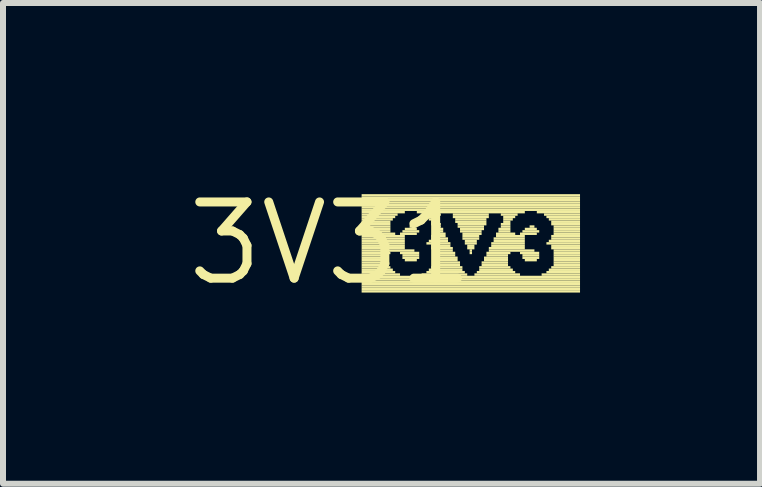
<source format=kicad_pcb>
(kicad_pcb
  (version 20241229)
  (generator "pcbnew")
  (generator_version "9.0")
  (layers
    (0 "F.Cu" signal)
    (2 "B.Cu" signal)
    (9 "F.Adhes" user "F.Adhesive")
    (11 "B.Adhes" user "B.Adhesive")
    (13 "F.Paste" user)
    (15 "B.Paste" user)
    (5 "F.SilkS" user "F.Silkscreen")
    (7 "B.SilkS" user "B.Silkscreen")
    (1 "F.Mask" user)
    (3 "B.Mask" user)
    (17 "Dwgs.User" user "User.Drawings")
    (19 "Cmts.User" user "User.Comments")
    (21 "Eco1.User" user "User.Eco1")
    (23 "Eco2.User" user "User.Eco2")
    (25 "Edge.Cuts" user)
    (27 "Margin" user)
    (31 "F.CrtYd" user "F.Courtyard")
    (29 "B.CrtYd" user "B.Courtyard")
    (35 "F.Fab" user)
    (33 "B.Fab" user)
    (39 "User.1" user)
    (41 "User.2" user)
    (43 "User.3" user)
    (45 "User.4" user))
  (footprint "3V31"
    (layer "F.Cu")
    (at 2.457 1.006)
    (property "Reference" "3V31" (at 0 0 0) (layer "F.SilkS") (effects (font (size 1.27 1.27) (thickness 0.15))))
    (fp_poly (pts (xy 0.52 -0.78) (xy 4.16 -0.78) (xy 4.16 -0.82) (xy 0.52 -0.82)) (stroke (width 0) (type default)) (fill yes) (layer "F.SilkS"))
    (fp_poly (pts (xy 0.52 -0.74) (xy 4.16 -0.74) (xy 4.16 -0.78) (xy 0.52 -0.78)) (stroke (width 0) (type default)) (fill yes) (layer "F.SilkS"))
    (fp_poly (pts (xy 0.52 -0.7) (xy 4.16 -0.7) (xy 4.16 -0.74) (xy 0.52 -0.74)) (stroke (width 0) (type default)) (fill yes) (layer "F.SilkS"))
    (fp_poly (pts (xy 0.52 -0.66) (xy 4.16 -0.66) (xy 4.16 -0.7) (xy 0.52 -0.7)) (stroke (width 0) (type default)) (fill yes) (layer "F.SilkS"))
    (fp_poly (pts (xy 0.52 -0.62) (xy 4.16 -0.62) (xy 4.16 -0.66) (xy 0.52 -0.66)) (stroke (width 0) (type default)) (fill yes) (layer "F.SilkS"))
    (fp_poly (pts (xy 0.52 -0.58) (xy 4.16 -0.58) (xy 4.16 -0.62) (xy 0.52 -0.62)) (stroke (width 0) (type default)) (fill yes) (layer "F.SilkS"))
    (fp_poly (pts (xy 0.52 -0.54) (xy 4.16 -0.54) (xy 4.16 -0.58) (xy 0.52 -0.58)) (stroke (width 0) (type default)) (fill yes) (layer "F.SilkS"))
    (fp_poly (pts (xy 0.52 -0.5) (xy 1.24 -0.5) (xy 1.24 -0.54) (xy 0.52 -0.54)) (stroke (width 0) (type default)) (fill yes) (layer "F.SilkS"))
    (fp_poly (pts (xy 0.52 -0.46) (xy 1.12 -0.46) (xy 1.12 -0.5) (xy 0.52 -0.5)) (stroke (width 0) (type default)) (fill yes) (layer "F.SilkS"))
    (fp_poly (pts (xy 0.52 -0.42) (xy 1.08 -0.42) (xy 1.08 -0.46) (xy 0.52 -0.46)) (stroke (width 0) (type default)) (fill yes) (layer "F.SilkS"))
    (fp_poly (pts (xy 0.52 -0.38) (xy 1.04 -0.38) (xy 1.04 -0.42) (xy 0.52 -0.42)) (stroke (width 0) (type default)) (fill yes) (layer "F.SilkS"))
    (fp_poly (pts (xy 0.52 -0.34) (xy 1 -0.34) (xy 1 -0.38) (xy 0.52 -0.38)) (stroke (width 0) (type default)) (fill yes) (layer "F.SilkS"))
    (fp_poly (pts (xy 0.52 -0.3) (xy 1 -0.3) (xy 1 -0.34) (xy 0.52 -0.34)) (stroke (width 0) (type default)) (fill yes) (layer "F.SilkS"))
    (fp_poly (pts (xy 0.52 -0.26) (xy 1 -0.26) (xy 1 -0.3) (xy 0.52 -0.3)) (stroke (width 0) (type default)) (fill yes) (layer "F.SilkS"))
    (fp_poly (pts (xy 0.52 -0.22) (xy 1 -0.22) (xy 1 -0.26) (xy 0.52 -0.26)) (stroke (width 0) (type default)) (fill yes) (layer "F.SilkS"))
    (fp_poly (pts (xy 0.52 -0.18) (xy 1 -0.18) (xy 1 -0.22) (xy 0.52 -0.22)) (stroke (width 0) (type default)) (fill yes) (layer "F.SilkS"))
    (fp_poly (pts (xy 0.52 -0.14) (xy 1.08 -0.14) (xy 1.08 -0.18) (xy 0.52 -0.18)) (stroke (width 0) (type default)) (fill yes) (layer "F.SilkS"))
    (fp_poly (pts (xy 0.52 -0.1) (xy 1.24 -0.1) (xy 1.24 -0.14) (xy 0.52 -0.14)) (stroke (width 0) (type default)) (fill yes) (layer "F.SilkS"))
    (fp_poly (pts (xy 0.52 -0.06) (xy 1.24 -0.06) (xy 1.24 -0.1) (xy 0.52 -0.1)) (stroke (width 0) (type default)) (fill yes) (layer "F.SilkS"))
    (fp_poly (pts (xy 0.52 -0.02) (xy 1.24 -0.02) (xy 1.24 -0.06) (xy 0.52 -0.06)) (stroke (width 0) (type default)) (fill yes) (layer "F.SilkS"))
    (fp_poly (pts (xy 0.52 0.02) (xy 1.24 0.02) (xy 1.24 -0.02) (xy 0.52 -0.02)) (stroke (width 0) (type default)) (fill yes) (layer "F.SilkS"))
    (fp_poly (pts (xy 0.52 0.06) (xy 1.24 0.06) (xy 1.24 0.02) (xy 0.52 0.02)) (stroke (width 0) (type default)) (fill yes) (layer "F.SilkS"))
    (fp_poly (pts (xy 0.52 0.1) (xy 1.24 0.1) (xy 1.24 0.06) (xy 0.52 0.06)) (stroke (width 0) (type default)) (fill yes) (layer "F.SilkS"))
    (fp_poly (pts (xy 0.52 0.14) (xy 1.4 0.14) (xy 1.4 0.1) (xy 0.52 0.1)) (stroke (width 0) (type default)) (fill yes) (layer "F.SilkS"))
    (fp_poly (pts (xy 0.52 0.18) (xy 1 0.18) (xy 1 0.14) (xy 0.52 0.14)) (stroke (width 0) (type default)) (fill yes) (layer "F.SilkS"))
    (fp_poly (pts (xy 0.52 0.22) (xy 0.96 0.22) (xy 0.96 0.18) (xy 0.52 0.18)) (stroke (width 0) (type default)) (fill yes) (layer "F.SilkS"))
    (fp_poly (pts (xy 0.52 0.26) (xy 0.96 0.26) (xy 0.96 0.22) (xy 0.52 0.22)) (stroke (width 0) (type default)) (fill yes) (layer "F.SilkS"))
    (fp_poly (pts (xy 0.52 0.3) (xy 0.96 0.3) (xy 0.96 0.26) (xy 0.52 0.26)) (stroke (width 0) (type default)) (fill yes) (layer "F.SilkS"))
    (fp_poly (pts (xy 0.52 0.34) (xy 0.96 0.34) (xy 0.96 0.3) (xy 0.52 0.3)) (stroke (width 0) (type default)) (fill yes) (layer "F.SilkS"))
    (fp_poly (pts (xy 0.52 0.38) (xy 0.96 0.38) (xy 0.96 0.34) (xy 0.52 0.34)) (stroke (width 0) (type default)) (fill yes) (layer "F.SilkS"))
    (fp_poly (pts (xy 0.52 0.42) (xy 1 0.42) (xy 1 0.38) (xy 0.52 0.38)) (stroke (width 0) (type default)) (fill yes) (layer "F.SilkS"))
    (fp_poly (pts (xy 0.52 0.46) (xy 1.04 0.46) (xy 1.04 0.42) (xy 0.52 0.42)) (stroke (width 0) (type default)) (fill yes) (layer "F.SilkS"))
    (fp_poly (pts (xy 0.52 0.5) (xy 1.08 0.5) (xy 1.08 0.46) (xy 0.52 0.46)) (stroke (width 0) (type default)) (fill yes) (layer "F.SilkS"))
    (fp_poly (pts (xy 0.52 0.54) (xy 1.16 0.54) (xy 1.16 0.5) (xy 0.52 0.5)) (stroke (width 0) (type default)) (fill yes) (layer "F.SilkS"))
    (fp_poly (pts (xy 0.52 0.58) (xy 4.16 0.58) (xy 4.16 0.54) (xy 0.52 0.54)) (stroke (width 0) (type default)) (fill yes) (layer "F.SilkS"))
    (fp_poly (pts (xy 0.52 0.62) (xy 4.16 0.62) (xy 4.16 0.58) (xy 0.52 0.58)) (stroke (width 0) (type default)) (fill yes) (layer "F.SilkS"))
    (fp_poly (pts (xy 0.52 0.66) (xy 4.16 0.66) (xy 4.16 0.62) (xy 0.52 0.62)) (stroke (width 0) (type default)) (fill yes) (layer "F.SilkS"))
    (fp_poly (pts (xy 0.52 0.7) (xy 4.16 0.7) (xy 4.16 0.66) (xy 0.52 0.66)) (stroke (width 0) (type default)) (fill yes) (layer "F.SilkS"))
    (fp_poly (pts (xy 0.52 0.74) (xy 4.16 0.74) (xy 4.16 0.7) (xy 0.52 0.7)) (stroke (width 0) (type default)) (fill yes) (layer "F.SilkS"))
    (fp_poly (pts (xy 0.52 0.78) (xy 4.16 0.78) (xy 4.16 0.74) (xy 0.52 0.74)) (stroke (width 0) (type default)) (fill yes) (layer "F.SilkS"))
    (fp_poly (pts (xy 0.52 0.82) (xy 4.16 0.82) (xy 4.16 0.78) (xy 0.52 0.78)) (stroke (width 0) (type default)) (fill yes) (layer "F.SilkS"))
    (fp_poly (pts (xy 1.16 -0.14) (xy 1.44 -0.14) (xy 1.44 -0.18) (xy 1.16 -0.18)) (stroke (width 0) (type default)) (fill yes) (layer "F.SilkS"))
    (fp_poly (pts (xy 1.16 0.18) (xy 1.48 0.18) (xy 1.48 0.14) (xy 1.16 0.14)) (stroke (width 0) (type default)) (fill yes) (layer "F.SilkS"))
    (fp_poly (pts (xy 1.2 -0.18) (xy 1.48 -0.18) (xy 1.48 -0.22) (xy 1.2 -0.22)) (stroke (width 0) (type default)) (fill yes) (layer "F.SilkS"))
    (fp_poly (pts (xy 1.2 0.22) (xy 1.48 0.22) (xy 1.48 0.18) (xy 1.2 0.18)) (stroke (width 0) (type default)) (fill yes) (layer "F.SilkS"))
    (fp_poly (pts (xy 1.2 0.26) (xy 1.48 0.26) (xy 1.48 0.22) (xy 1.2 0.22)) (stroke (width 0) (type default)) (fill yes) (layer "F.SilkS"))
    (fp_poly (pts (xy 1.24 -0.22) (xy 1.44 -0.22) (xy 1.44 -0.26) (xy 1.24 -0.26)) (stroke (width 0) (type default)) (fill yes) (layer "F.SilkS"))
    (fp_poly (pts (xy 1.24 0.3) (xy 1.44 0.3) (xy 1.44 0.26) (xy 1.24 0.26)) (stroke (width 0) (type default)) (fill yes) (layer "F.SilkS"))
    (fp_poly (pts (xy 1.32 -0.26) (xy 1.4 -0.26) (xy 1.4 -0.3) (xy 1.32 -0.3)) (stroke (width 0) (type default)) (fill yes) (layer "F.SilkS"))
    (fp_poly (pts (xy 1.44 -0.5) (xy 3.24 -0.5) (xy 3.24 -0.54) (xy 1.44 -0.54)) (stroke (width 0) (type default)) (fill yes) (layer "F.SilkS"))
    (fp_poly (pts (xy 1.52 0.54) (xy 2.28 0.54) (xy 2.28 0.5) (xy 1.52 0.5)) (stroke (width 0) (type default)) (fill yes) (layer "F.SilkS"))
    (fp_poly (pts (xy 1.56 -0.46) (xy 1.84 -0.46) (xy 1.84 -0.5) (xy 1.56 -0.5)) (stroke (width 0) (type default)) (fill yes) (layer "F.SilkS"))
    (fp_poly (pts (xy 1.6 -0.42) (xy 1.8 -0.42) (xy 1.8 -0.46) (xy 1.6 -0.46)) (stroke (width 0) (type default)) (fill yes) (layer "F.SilkS"))
    (fp_poly (pts (xy 1.6 0.02) (xy 2 0.02) (xy 2 -0.02) (xy 1.6 -0.02)) (stroke (width 0) (type default)) (fill yes) (layer "F.SilkS"))
    (fp_poly (pts (xy 1.6 0.5) (xy 2.24 0.5) (xy 2.24 0.46) (xy 1.6 0.46)) (stroke (width 0) (type default)) (fill yes) (layer "F.SilkS"))
    (fp_poly (pts (xy 1.64 -0.38) (xy 1.8 -0.38) (xy 1.8 -0.42) (xy 1.64 -0.42)) (stroke (width 0) (type default)) (fill yes) (layer "F.SilkS"))
    (fp_poly (pts (xy 1.64 -0.02) (xy 1.96 -0.02) (xy 1.96 -0.06) (xy 1.64 -0.06)) (stroke (width 0) (type default)) (fill yes) (layer "F.SilkS"))
    (fp_poly (pts (xy 1.64 0.46) (xy 2.2 0.46) (xy 2.2 0.42) (xy 1.64 0.42)) (stroke (width 0) (type default)) (fill yes) (layer "F.SilkS"))
    (fp_poly (pts (xy 1.68 -0.34) (xy 1.8 -0.34) (xy 1.8 -0.38) (xy 1.68 -0.38)) (stroke (width 0) (type default)) (fill yes) (layer "F.SilkS"))
    (fp_poly (pts (xy 1.68 -0.3) (xy 1.84 -0.3) (xy 1.84 -0.34) (xy 1.68 -0.34)) (stroke (width 0) (type default)) (fill yes) (layer "F.SilkS"))
    (fp_poly (pts (xy 1.68 -0.1) (xy 1.92 -0.1) (xy 1.92 -0.14) (xy 1.68 -0.14)) (stroke (width 0) (type default)) (fill yes) (layer "F.SilkS"))
    (fp_poly (pts (xy 1.68 -0.06) (xy 1.96 -0.06) (xy 1.96 -0.1) (xy 1.68 -0.1)) (stroke (width 0) (type default)) (fill yes) (layer "F.SilkS"))
    (fp_poly (pts (xy 1.68 0.06) (xy 2 0.06) (xy 2 0.02) (xy 1.68 0.02)) (stroke (width 0) (type default)) (fill yes) (layer "F.SilkS"))
    (fp_poly (pts (xy 1.68 0.1) (xy 2.04 0.1) (xy 2.04 0.06) (xy 1.68 0.06)) (stroke (width 0) (type default)) (fill yes) (layer "F.SilkS"))
    (fp_poly (pts (xy 1.68 0.42) (xy 2.2 0.42) (xy 2.2 0.38) (xy 1.68 0.38)) (stroke (width 0) (type default)) (fill yes) (layer "F.SilkS"))
    (fp_poly (pts (xy 1.72 -0.26) (xy 1.84 -0.26) (xy 1.84 -0.3) (xy 1.72 -0.3)) (stroke (width 0) (type default)) (fill yes) (layer "F.SilkS"))
    (fp_poly (pts (xy 1.72 -0.22) (xy 1.88 -0.22) (xy 1.88 -0.26) (xy 1.72 -0.26)) (stroke (width 0) (type default)) (fill yes) (layer "F.SilkS"))
    (fp_poly (pts (xy 1.72 -0.18) (xy 1.88 -0.18) (xy 1.88 -0.22) (xy 1.72 -0.22)) (stroke (width 0) (type default)) (fill yes) (layer "F.SilkS"))
    (fp_poly (pts (xy 1.72 -0.14) (xy 1.92 -0.14) (xy 1.92 -0.18) (xy 1.72 -0.18)) (stroke (width 0) (type default)) (fill yes) (layer "F.SilkS"))
    (fp_poly (pts (xy 1.72 0.14) (xy 2.04 0.14) (xy 2.04 0.1) (xy 1.72 0.1)) (stroke (width 0) (type default)) (fill yes) (layer "F.SilkS"))
    (fp_poly (pts (xy 1.72 0.18) (xy 2.08 0.18) (xy 2.08 0.14) (xy 1.72 0.14)) (stroke (width 0) (type default)) (fill yes) (layer "F.SilkS"))
    (fp_poly (pts (xy 1.72 0.22) (xy 2.08 0.22) (xy 2.08 0.18) (xy 1.72 0.18)) (stroke (width 0) (type default)) (fill yes) (layer "F.SilkS"))
    (fp_poly (pts (xy 1.72 0.26) (xy 2.12 0.26) (xy 2.12 0.22) (xy 1.72 0.22)) (stroke (width 0) (type default)) (fill yes) (layer "F.SilkS"))
    (fp_poly (pts (xy 1.72 0.3) (xy 2.12 0.3) (xy 2.12 0.26) (xy 1.72 0.26)) (stroke (width 0) (type default)) (fill yes) (layer "F.SilkS"))
    (fp_poly (pts (xy 1.72 0.34) (xy 2.16 0.34) (xy 2.16 0.3) (xy 1.72 0.3)) (stroke (width 0) (type default)) (fill yes) (layer "F.SilkS"))
    (fp_poly (pts (xy 1.72 0.38) (xy 2.16 0.38) (xy 2.16 0.34) (xy 1.72 0.34)) (stroke (width 0) (type default)) (fill yes) (layer "F.SilkS"))
    (fp_poly (pts (xy 2.04 -0.46) (xy 2.64 -0.46) (xy 2.64 -0.5) (xy 2.04 -0.5)) (stroke (width 0) (type default)) (fill yes) (layer "F.SilkS"))
    (fp_poly (pts (xy 2.04 -0.42) (xy 2.64 -0.42) (xy 2.64 -0.46) (xy 2.04 -0.46)) (stroke (width 0) (type default)) (fill yes) (layer "F.SilkS"))
    (fp_poly (pts (xy 2.08 -0.38) (xy 2.6 -0.38) (xy 2.6 -0.42) (xy 2.08 -0.42)) (stroke (width 0) (type default)) (fill yes) (layer "F.SilkS"))
    (fp_poly (pts (xy 2.08 -0.34) (xy 2.6 -0.34) (xy 2.6 -0.38) (xy 2.08 -0.38)) (stroke (width 0) (type default)) (fill yes) (layer "F.SilkS"))
    (fp_poly (pts (xy 2.12 -0.3) (xy 2.6 -0.3) (xy 2.6 -0.34) (xy 2.12 -0.34)) (stroke (width 0) (type default)) (fill yes) (layer "F.SilkS"))
    (fp_poly (pts (xy 2.12 -0.26) (xy 2.56 -0.26) (xy 2.56 -0.3) (xy 2.12 -0.3)) (stroke (width 0) (type default)) (fill yes) (layer "F.SilkS"))
    (fp_poly (pts (xy 2.16 -0.22) (xy 2.56 -0.22) (xy 2.56 -0.26) (xy 2.16 -0.26)) (stroke (width 0) (type default)) (fill yes) (layer "F.SilkS"))
    (fp_poly (pts (xy 2.16 -0.18) (xy 2.52 -0.18) (xy 2.52 -0.22) (xy 2.16 -0.22)) (stroke (width 0) (type default)) (fill yes) (layer "F.SilkS"))
    (fp_poly (pts (xy 2.2 -0.14) (xy 2.52 -0.14) (xy 2.52 -0.18) (xy 2.2 -0.18)) (stroke (width 0) (type default)) (fill yes) (layer "F.SilkS"))
    (fp_poly (pts (xy 2.2 -0.1) (xy 2.48 -0.1) (xy 2.48 -0.14) (xy 2.2 -0.14)) (stroke (width 0) (type default)) (fill yes) (layer "F.SilkS"))
    (fp_poly (pts (xy 2.2 -0.06) (xy 2.48 -0.06) (xy 2.48 -0.1) (xy 2.2 -0.1)) (stroke (width 0) (type default)) (fill yes) (layer "F.SilkS"))
    (fp_poly (pts (xy 2.24 -0.02) (xy 2.44 -0.02) (xy 2.44 -0.06) (xy 2.24 -0.06)) (stroke (width 0) (type default)) (fill yes) (layer "F.SilkS"))
    (fp_poly (pts (xy 2.24 0.02) (xy 2.44 0.02) (xy 2.44 -0.02) (xy 2.24 -0.02)) (stroke (width 0) (type default)) (fill yes) (layer "F.SilkS"))
    (fp_poly (pts (xy 2.28 0.06) (xy 2.4 0.06) (xy 2.4 0.02) (xy 2.28 0.02)) (stroke (width 0) (type default)) (fill yes) (layer "F.SilkS"))
    (fp_poly (pts (xy 2.28 0.1) (xy 2.4 0.1) (xy 2.4 0.06) (xy 2.28 0.06)) (stroke (width 0) (type default)) (fill yes) (layer "F.SilkS"))
    (fp_poly (pts (xy 2.32 0.14) (xy 2.36 0.14) (xy 2.36 0.1) (xy 2.32 0.1)) (stroke (width 0) (type default)) (fill yes) (layer "F.SilkS"))
    (fp_poly (pts (xy 2.32 0.18) (xy 2.36 0.18) (xy 2.36 0.14) (xy 2.32 0.14)) (stroke (width 0) (type default)) (fill yes) (layer "F.SilkS"))
    (fp_poly (pts (xy 2.4 0.54) (xy 3.16 0.54) (xy 3.16 0.5) (xy 2.4 0.5)) (stroke (width 0) (type default)) (fill yes) (layer "F.SilkS"))
    (fp_poly (pts (xy 2.44 0.5) (xy 3.08 0.5) (xy 3.08 0.46) (xy 2.44 0.46)) (stroke (width 0) (type default)) (fill yes) (layer "F.SilkS"))
    (fp_poly (pts (xy 2.48 0.42) (xy 3 0.42) (xy 3 0.38) (xy 2.48 0.38)) (stroke (width 0) (type default)) (fill yes) (layer "F.SilkS"))
    (fp_poly (pts (xy 2.48 0.46) (xy 3.04 0.46) (xy 3.04 0.42) (xy 2.48 0.42)) (stroke (width 0) (type default)) (fill yes) (layer "F.SilkS"))
    (fp_poly (pts (xy 2.52 0.34) (xy 2.96 0.34) (xy 2.96 0.3) (xy 2.52 0.3)) (stroke (width 0) (type default)) (fill yes) (layer "F.SilkS"))
    (fp_poly (pts (xy 2.52 0.38) (xy 2.96 0.38) (xy 2.96 0.34) (xy 2.52 0.34)) (stroke (width 0) (type default)) (fill yes) (layer "F.SilkS"))
    (fp_poly (pts (xy 2.56 0.26) (xy 2.96 0.26) (xy 2.96 0.22) (xy 2.56 0.22)) (stroke (width 0) (type default)) (fill yes) (layer "F.SilkS"))
    (fp_poly (pts (xy 2.56 0.3) (xy 2.96 0.3) (xy 2.96 0.26) (xy 2.56 0.26)) (stroke (width 0) (type default)) (fill yes) (layer "F.SilkS"))
    (fp_poly (pts (xy 2.6 0.18) (xy 3 0.18) (xy 3 0.14) (xy 2.6 0.14)) (stroke (width 0) (type default)) (fill yes) (layer "F.SilkS"))
    (fp_poly (pts (xy 2.6 0.22) (xy 2.96 0.22) (xy 2.96 0.18) (xy 2.6 0.18)) (stroke (width 0) (type default)) (fill yes) (layer "F.SilkS"))
    (fp_poly (pts (xy 2.64 0.1) (xy 3.24 0.1) (xy 3.24 0.06) (xy 2.64 0.06)) (stroke (width 0) (type default)) (fill yes) (layer "F.SilkS"))
    (fp_poly (pts (xy 2.64 0.14) (xy 3.4 0.14) (xy 3.4 0.1) (xy 2.64 0.1)) (stroke (width 0) (type default)) (fill yes) (layer "F.SilkS"))
    (fp_poly (pts (xy 2.68 0.02) (xy 3.24 0.02) (xy 3.24 -0.02) (xy 2.68 -0.02)) (stroke (width 0) (type default)) (fill yes) (layer "F.SilkS"))
    (fp_poly (pts (xy 2.68 0.06) (xy 3.24 0.06) (xy 3.24 0.02) (xy 2.68 0.02)) (stroke (width 0) (type default)) (fill yes) (layer "F.SilkS"))
    (fp_poly (pts (xy 2.72 -0.06) (xy 3.24 -0.06) (xy 3.24 -0.1) (xy 2.72 -0.1)) (stroke (width 0) (type default)) (fill yes) (layer "F.SilkS"))
    (fp_poly (pts (xy 2.72 -0.02) (xy 3.24 -0.02) (xy 3.24 -0.06) (xy 2.72 -0.06)) (stroke (width 0) (type default)) (fill yes) (layer "F.SilkS"))
    (fp_poly (pts (xy 2.76 -0.14) (xy 3.08 -0.14) (xy 3.08 -0.18) (xy 2.76 -0.18)) (stroke (width 0) (type default)) (fill yes) (layer "F.SilkS"))
    (fp_poly (pts (xy 2.76 -0.1) (xy 3.24 -0.1) (xy 3.24 -0.14) (xy 2.76 -0.14)) (stroke (width 0) (type default)) (fill yes) (layer "F.SilkS"))
    (fp_poly (pts (xy 2.8 -0.22) (xy 3 -0.22) (xy 3 -0.26) (xy 2.8 -0.26)) (stroke (width 0) (type default)) (fill yes) (layer "F.SilkS"))
    (fp_poly (pts (xy 2.8 -0.18) (xy 3 -0.18) (xy 3 -0.22) (xy 2.8 -0.22)) (stroke (width 0) (type default)) (fill yes) (layer "F.SilkS"))
    (fp_poly (pts (xy 2.84 -0.46) (xy 3.12 -0.46) (xy 3.12 -0.5) (xy 2.84 -0.5)) (stroke (width 0) (type default)) (fill yes) (layer "F.SilkS"))
    (fp_poly (pts (xy 2.84 -0.3) (xy 3 -0.3) (xy 3 -0.34) (xy 2.84 -0.34)) (stroke (width 0) (type default)) (fill yes) (layer "F.SilkS"))
    (fp_poly (pts (xy 2.84 -0.26) (xy 3 -0.26) (xy 3 -0.3) (xy 2.84 -0.3)) (stroke (width 0) (type default)) (fill yes) (layer "F.SilkS"))
    (fp_poly (pts (xy 2.88 -0.42) (xy 3.08 -0.42) (xy 3.08 -0.46) (xy 2.88 -0.46)) (stroke (width 0) (type default)) (fill yes) (layer "F.SilkS"))
    (fp_poly (pts (xy 2.88 -0.38) (xy 3.04 -0.38) (xy 3.04 -0.42) (xy 2.88 -0.42)) (stroke (width 0) (type default)) (fill yes) (layer "F.SilkS"))
    (fp_poly (pts (xy 2.88 -0.34) (xy 3 -0.34) (xy 3 -0.38) (xy 2.88 -0.38)) (stroke (width 0) (type default)) (fill yes) (layer "F.SilkS"))
    (fp_poly (pts (xy 3.16 -0.14) (xy 3.44 -0.14) (xy 3.44 -0.18) (xy 3.16 -0.18)) (stroke (width 0) (type default)) (fill yes) (layer "F.SilkS"))
    (fp_poly (pts (xy 3.16 0.18) (xy 3.48 0.18) (xy 3.48 0.14) (xy 3.16 0.14)) (stroke (width 0) (type default)) (fill yes) (layer "F.SilkS"))
    (fp_poly (pts (xy 3.2 -0.18) (xy 3.48 -0.18) (xy 3.48 -0.22) (xy 3.2 -0.22)) (stroke (width 0) (type default)) (fill yes) (layer "F.SilkS"))
    (fp_poly (pts (xy 3.2 0.22) (xy 3.48 0.22) (xy 3.48 0.18) (xy 3.2 0.18)) (stroke (width 0) (type default)) (fill yes) (layer "F.SilkS"))
    (fp_poly (pts (xy 3.2 0.26) (xy 3.48 0.26) (xy 3.48 0.22) (xy 3.2 0.22)) (stroke (width 0) (type default)) (fill yes) (layer "F.SilkS"))
    (fp_poly (pts (xy 3.24 -0.22) (xy 3.44 -0.22) (xy 3.44 -0.26) (xy 3.24 -0.26)) (stroke (width 0) (type default)) (fill yes) (layer "F.SilkS"))
    (fp_poly (pts (xy 3.24 0.3) (xy 3.44 0.3) (xy 3.44 0.26) (xy 3.24 0.26)) (stroke (width 0) (type default)) (fill yes) (layer "F.SilkS"))
    (fp_poly (pts (xy 3.32 -0.26) (xy 3.4 -0.26) (xy 3.4 -0.3) (xy 3.32 -0.3)) (stroke (width 0) (type default)) (fill yes) (layer "F.SilkS"))
    (fp_poly (pts (xy 3.44 -0.5) (xy 4.16 -0.5) (xy 4.16 -0.54) (xy 3.44 -0.54)) (stroke (width 0) (type default)) (fill yes) (layer "F.SilkS"))
    (fp_poly (pts (xy 3.52 0.54) (xy 4.16 0.54) (xy 4.16 0.5) (xy 3.52 0.5)) (stroke (width 0) (type default)) (fill yes) (layer "F.SilkS"))
    (fp_poly (pts (xy 3.56 -0.46) (xy 4.16 -0.46) (xy 4.16 -0.5) (xy 3.56 -0.5)) (stroke (width 0) (type default)) (fill yes) (layer "F.SilkS"))
    (fp_poly (pts (xy 3.6 -0.42) (xy 4.16 -0.42) (xy 4.16 -0.46) (xy 3.6 -0.46)) (stroke (width 0) (type default)) (fill yes) (layer "F.SilkS"))
    (fp_poly (pts (xy 3.6 0.02) (xy 4.16 0.02) (xy 4.16 -0.02) (xy 3.6 -0.02)) (stroke (width 0) (type default)) (fill yes) (layer "F.SilkS"))
    (fp_poly (pts (xy 3.6 0.5) (xy 4.16 0.5) (xy 4.16 0.46) (xy 3.6 0.46)) (stroke (width 0) (type default)) (fill yes) (layer "F.SilkS"))
    (fp_poly (pts (xy 3.64 -0.38) (xy 4.16 -0.38) (xy 4.16 -0.42) (xy 3.64 -0.42)) (stroke (width 0) (type default)) (fill yes) (layer "F.SilkS"))
    (fp_poly (pts (xy 3.64 -0.02) (xy 4.16 -0.02) (xy 4.16 -0.06) (xy 3.64 -0.06)) (stroke (width 0) (type default)) (fill yes) (layer "F.SilkS"))
    (fp_poly (pts (xy 3.64 0.46) (xy 4.16 0.46) (xy 4.16 0.42) (xy 3.64 0.42)) (stroke (width 0) (type default)) (fill yes) (layer "F.SilkS"))
    (fp_poly (pts (xy 3.68 -0.34) (xy 4.16 -0.34) (xy 4.16 -0.38) (xy 3.68 -0.38)) (stroke (width 0) (type default)) (fill yes) (layer "F.SilkS"))
    (fp_poly (pts (xy 3.68 -0.3) (xy 4.16 -0.3) (xy 4.16 -0.34) (xy 3.68 -0.34)) (stroke (width 0) (type default)) (fill yes) (layer "F.SilkS"))
    (fp_poly (pts (xy 3.68 -0.1) (xy 4.16 -0.1) (xy 4.16 -0.14) (xy 3.68 -0.14)) (stroke (width 0) (type default)) (fill yes) (layer "F.SilkS"))
    (fp_poly (pts (xy 3.68 -0.06) (xy 4.16 -0.06) (xy 4.16 -0.1) (xy 3.68 -0.1)) (stroke (width 0) (type default)) (fill yes) (layer "F.SilkS"))
    (fp_poly (pts (xy 3.68 0.06) (xy 4.16 0.06) (xy 4.16 0.02) (xy 3.68 0.02)) (stroke (width 0) (type default)) (fill yes) (layer "F.SilkS"))
    (fp_poly (pts (xy 3.68 0.1) (xy 4.16 0.1) (xy 4.16 0.06) (xy 3.68 0.06)) (stroke (width 0) (type default)) (fill yes) (layer "F.SilkS"))
    (fp_poly (pts (xy 3.68 0.42) (xy 4.16 0.42) (xy 4.16 0.38) (xy 3.68 0.38)) (stroke (width 0) (type default)) (fill yes) (layer "F.SilkS"))
    (fp_poly (pts (xy 3.72 -0.26) (xy 4.16 -0.26) (xy 4.16 -0.3) (xy 3.72 -0.3)) (stroke (width 0) (type default)) (fill yes) (layer "F.SilkS"))
    (fp_poly (pts (xy 3.72 -0.22) (xy 4.16 -0.22) (xy 4.16 -0.26) (xy 3.72 -0.26)) (stroke (width 0) (type default)) (fill yes) (layer "F.SilkS"))
    (fp_poly (pts (xy 3.72 -0.18) (xy 4.16 -0.18) (xy 4.16 -0.22) (xy 3.72 -0.22)) (stroke (width 0) (type default)) (fill yes) (layer "F.SilkS"))
    (fp_poly (pts (xy 3.72 -0.14) (xy 4.16 -0.14) (xy 4.16 -0.18) (xy 3.72 -0.18)) (stroke (width 0) (type default)) (fill yes) (layer "F.SilkS"))
    (fp_poly (pts (xy 3.72 0.14) (xy 4.16 0.14) (xy 4.16 0.1) (xy 3.72 0.1)) (stroke (width 0) (type default)) (fill yes) (layer "F.SilkS"))
    (fp_poly (pts (xy 3.72 0.18) (xy 4.16 0.18) (xy 4.16 0.14) (xy 3.72 0.14)) (stroke (width 0) (type default)) (fill yes) (layer "F.SilkS"))
    (fp_poly (pts (xy 3.72 0.22) (xy 4.16 0.22) (xy 4.16 0.18) (xy 3.72 0.18)) (stroke (width 0) (type default)) (fill yes) (layer "F.SilkS"))
    (fp_poly (pts (xy 3.72 0.26) (xy 4.16 0.26) (xy 4.16 0.22) (xy 3.72 0.22)) (stroke (width 0) (type default)) (fill yes) (layer "F.SilkS"))
    (fp_poly (pts (xy 3.72 0.3) (xy 4.16 0.3) (xy 4.16 0.26) (xy 3.72 0.26)) (stroke (width 0) (type default)) (fill yes) (layer "F.SilkS"))
    (fp_poly (pts (xy 3.72 0.34) (xy 4.16 0.34) (xy 4.16 0.3) (xy 3.72 0.3)) (stroke (width 0) (type default)) (fill yes) (layer "F.SilkS"))
    (fp_poly (pts (xy 3.72 0.38) (xy 4.16 0.38) (xy 4.16 0.34) (xy 3.72 0.34)) (stroke (width 0) (type default)) (fill yes) (layer "F.SilkS")))
  (gr_rect
    (start -3 -3)
    (end 9.617 5.012)
    (stroke (width 0.1) (type default))
    (fill no)
    (layer "Edge.Cuts")))
</source>
